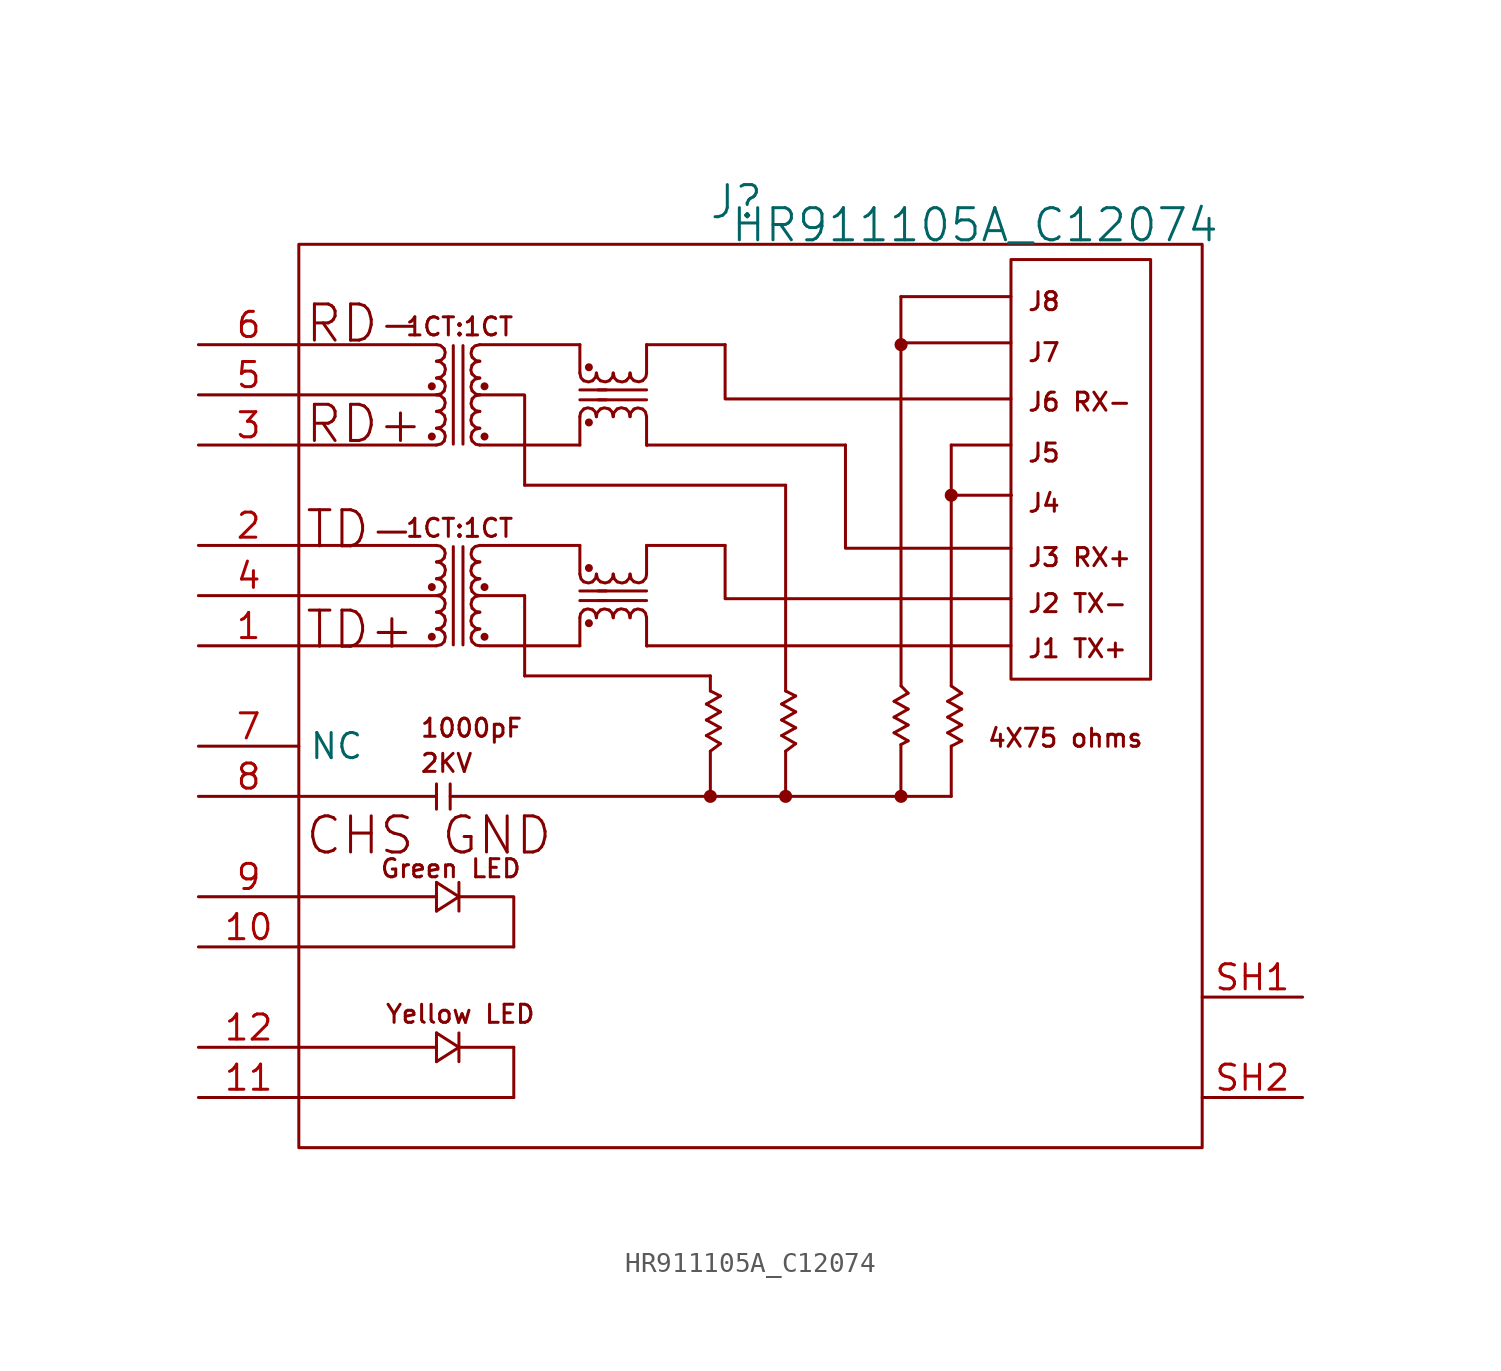
<source format=kicad_sym>
(kicad_symbol_lib
  (version 20241209)
  (generator "kicad_symbol_editor")
  (generator_version "9.0")
  (symbol "HR911105A_C12074"
    (property "Reference" "J"
      (at -0.71 25 0)
      (effects (font (size 1.626 1.626))))
    (property "Value" "HR911105A_C12074"
      (at -1.052 22.881 0)
      (effects (font (size 1.626 1.626)) (justify left bottom)))
    (symbol "HR911105A_C12074_1_0"
      (rectangle (start -22.86 22.86) (end 22.86 -22.86) (stroke (width 0) (type solid) (color 136 0 0 1)) (fill (type none)))
      (circle (center -16.129 15.672) (radius 0.127) (stroke (width 0) (type solid) (color 136 0 0 1)) (fill (type outline)))
      (circle (center -16.129 13.132) (radius 0.127) (stroke (width 0) (type solid) (color 136 0 0 1)) (fill (type outline)))
      (circle (center -16.129 5.512) (radius 0.127) (stroke (width 0) (type solid) (color 136 0 0 1)) (fill (type outline)))
      (circle (center -16.129 2.997) (radius 0.127) (stroke (width 0) (type solid) (color 136 0 0 1)) (fill (type outline)))
      (bezier (pts (xy -15.894 4.244) (xy -15.738 4.233) (xy -15.588 4.31) (xy -15.507 4.444)) (stroke (width 0) (type solid) (color 136 0 0 1)) (fill (type none)))
      (bezier (pts (xy -15.894 16.944) (xy -15.737 16.933) (xy -15.588 17.011) (xy -15.507 17.144)) (stroke (width 0) (type solid) (color 136 0 0 1)) (fill (type none)))
      (bezier (pts (xy -15.894 14.404) (xy -15.737 14.393) (xy -15.588 14.47) (xy -15.507 14.604)) (stroke (width 0) (type solid) (color 136 0 0 1)) (fill (type none)))
      (bezier (pts (xy -15.894 6.784) (xy -15.737 6.773) (xy -15.588 6.851) (xy -15.507 6.984)) (stroke (width 0) (type solid) (color 136 0 0 1)) (fill (type none)))
      (bezier (pts (xy -15.893 15.24) (xy -15.736 15.231) (xy -15.586 15.31) (xy -15.504 15.446)) (stroke (width 0) (type solid) (color 136 0 0 1)) (fill (type none)))
      (bezier (pts (xy -15.893 12.7) (xy -15.735 12.691) (xy -15.586 12.77) (xy -15.504 12.906)) (stroke (width 0) (type solid) (color 136 0 0 1)) (fill (type none)))
      (bezier (pts (xy -15.893 5.08) (xy -15.735 5.071) (xy -15.586 5.15) (xy -15.504 5.286)) (stroke (width 0) (type solid) (color 136 0 0 1)) (fill (type none)))
      (bezier (pts (xy -15.893 2.54) (xy -15.735 2.531) (xy -15.586 2.61) (xy -15.504 2.746)) (stroke (width 0) (type solid) (color 136 0 0 1)) (fill (type none)))
      (polyline (pts (xy -15.893 17.78) (xy -22.86 17.78)) (stroke (width 0) (type solid) (color 136 0 0 1)) (fill (type none)))
      (polyline (pts (xy -15.893 15.24) (xy -22.86 15.24)) (stroke (width 0) (type solid) (color 136 0 0 1)) (fill (type none)))
      (polyline (pts (xy -15.893 12.7) (xy -22.86 12.7)) (stroke (width 0) (type solid) (color 136 0 0 1)) (fill (type none)))
      (polyline (pts (xy -15.893 7.62) (xy -22.86 7.62)) (stroke (width 0) (type solid) (color 136 0 0 1)) (fill (type none)))
      (polyline (pts (xy -15.893 5.08) (xy -22.86 5.08)) (stroke (width 0) (type solid) (color 136 0 0 1)) (fill (type none)))
      (polyline (pts (xy -15.893 2.54) (xy -22.86 2.54)) (stroke (width 0) (type solid) (color 136 0 0 1)) (fill (type none)))
      (polyline (pts (xy -15.893 -4.45) (xy -15.893 -5.728)) (stroke (width 0) (type solid) (color 136 0 0 1)) (fill (type none)))
      (polyline (pts (xy -15.893 -5.08) (xy -22.86 -5.08)) (stroke (width 0) (type solid) (color 136 0 0 1)) (fill (type none)))
      (polyline (pts (xy -15.893 -9.434) (xy -15.893 -10.886)) (stroke (width 0) (type solid) (color 136 0 0 1)) (fill (type none)))
      (polyline (pts (xy -15.893 -10.16) (xy -22.86 -10.16)) (stroke (width 0) (type solid) (color 136 0 0 1)) (fill (type none)))
      (polyline (pts (xy -15.893 -17.054) (xy -15.893 -18.506)) (stroke (width 0) (type solid) (color 136 0 0 1)) (fill (type none)))
      (polyline (pts (xy -15.893 -17.78) (xy -22.86 -17.78)) (stroke (width 0) (type solid) (color 136 0 0 1)) (fill (type none)))
      (bezier (pts (xy -15.893 16.092) (xy -15.734 16.081) (xy -15.582 16.16) (xy -15.5 16.296)) (stroke (width 0) (type solid) (color 136 0 0 1)) (fill (type none)))
      (bezier (pts (xy -15.893 13.552) (xy -15.734 13.541) (xy -15.582 13.62) (xy -15.5 13.756)) (stroke (width 0) (type solid) (color 136 0 0 1)) (fill (type none)))
      (bezier (pts (xy -15.893 5.932) (xy -15.734 5.921) (xy -15.582 6) (xy -15.5 6.136)) (stroke (width 0) (type solid) (color 136 0 0 1)) (fill (type none)))
      (bezier (pts (xy -15.893 3.392) (xy -15.734 3.381) (xy -15.582 3.46) (xy -15.5 3.596)) (stroke (width 0) (type solid) (color 136 0 0 1)) (fill (type none)))
      (bezier (pts (xy -15.507 17.58) (xy -15.588 17.713) (xy -15.737 17.791) (xy -15.894 17.78)) (stroke (width 0) (type solid) (color 136 0 0 1)) (fill (type none)))
      (bezier (pts (xy -15.507 17.144) (xy -15.426 17.278) (xy -15.426 17.446) (xy -15.507 17.58)) (stroke (width 0) (type solid) (color 136 0 0 1)) (fill (type none)))
      (bezier (pts (xy -15.507 15.04) (xy -15.588 15.173) (xy -15.737 15.251) (xy -15.894 15.24)) (stroke (width 0) (type solid) (color 136 0 0 1)) (fill (type none)))
      (bezier (pts (xy -15.507 14.604) (xy -15.426 14.738) (xy -15.426 14.906) (xy -15.507 15.04)) (stroke (width 0) (type solid) (color 136 0 0 1)) (fill (type none)))
      (bezier (pts (xy -15.507 7.42) (xy -15.588 7.553) (xy -15.737 7.631) (xy -15.894 7.62)) (stroke (width 0) (type solid) (color 136 0 0 1)) (fill (type none)))
      (bezier (pts (xy -15.507 6.984) (xy -15.426 7.118) (xy -15.426 7.286) (xy -15.507 7.42)) (stroke (width 0) (type solid) (color 136 0 0 1)) (fill (type none)))
      (bezier (pts (xy -15.507 4.88) (xy -15.588 5.013) (xy -15.738 5.091) (xy -15.894 5.08)) (stroke (width 0) (type solid) (color 136 0 0 1)) (fill (type none)))
      (bezier (pts (xy -15.507 4.444) (xy -15.426 4.578) (xy -15.426 4.746) (xy -15.507 4.88)) (stroke (width 0) (type solid) (color 136 0 0 1)) (fill (type none)))
      (bezier (pts (xy -15.504 15.886) (xy -15.586 16.022) (xy -15.736 16.101) (xy -15.893 16.092)) (stroke (width 0) (type solid) (color 136 0 0 1)) (fill (type none)))
      (bezier (pts (xy -15.504 15.446) (xy -15.423 15.581) (xy -15.423 15.751) (xy -15.504 15.886)) (stroke (width 0) (type solid) (color 136 0 0 1)) (fill (type none)))
      (bezier (pts (xy -15.504 13.346) (xy -15.586 13.482) (xy -15.735 13.561) (xy -15.893 13.552)) (stroke (width 0) (type solid) (color 136 0 0 1)) (fill (type none)))
      (bezier (pts (xy -15.504 12.906) (xy -15.423 13.041) (xy -15.423 13.211) (xy -15.504 13.346)) (stroke (width 0) (type solid) (color 136 0 0 1)) (fill (type none)))
      (bezier (pts (xy -15.504 5.726) (xy -15.586 5.862) (xy -15.735 5.941) (xy -15.893 5.932)) (stroke (width 0) (type solid) (color 136 0 0 1)) (fill (type none)))
      (bezier (pts (xy -15.504 5.286) (xy -15.423 5.421) (xy -15.423 5.591) (xy -15.504 5.726)) (stroke (width 0) (type solid) (color 136 0 0 1)) (fill (type none)))
      (bezier (pts (xy -15.504 3.186) (xy -15.586 3.322) (xy -15.735 3.401) (xy -15.893 3.392)) (stroke (width 0) (type solid) (color 136 0 0 1)) (fill (type none)))
      (bezier (pts (xy -15.504 2.746) (xy -15.423 2.881) (xy -15.423 3.051) (xy -15.504 3.186)) (stroke (width 0) (type solid) (color 136 0 0 1)) (fill (type none)))
      (bezier (pts (xy -15.5 16.739) (xy -15.582 16.876) (xy -15.734 16.954) (xy -15.893 16.944)) (stroke (width 0) (type solid) (color 136 0 0 1)) (fill (type none)))
      (bezier (pts (xy -15.5 16.296) (xy -15.417 16.433) (xy -15.417 16.603) (xy -15.5 16.739)) (stroke (width 0) (type solid) (color 136 0 0 1)) (fill (type none)))
      (bezier (pts (xy -15.5 14.2) (xy -15.582 14.336) (xy -15.734 14.415) (xy -15.893 14.404)) (stroke (width 0) (type solid) (color 136 0 0 1)) (fill (type none)))
      (bezier (pts (xy -15.5 13.756) (xy -15.417 13.893) (xy -15.417 14.063) (xy -15.5 14.2)) (stroke (width 0) (type solid) (color 136 0 0 1)) (fill (type none)))
      (bezier (pts (xy -15.5 6.58) (xy -15.582 6.716) (xy -15.734 6.795) (xy -15.893 6.784)) (stroke (width 0) (type solid) (color 136 0 0 1)) (fill (type none)))
      (bezier (pts (xy -15.5 6.136) (xy -15.417 6.273) (xy -15.417 6.443) (xy -15.5 6.58)) (stroke (width 0) (type solid) (color 136 0 0 1)) (fill (type none)))
      (bezier (pts (xy -15.5 4.04) (xy -15.582 4.176) (xy -15.734 4.255) (xy -15.893 4.244)) (stroke (width 0) (type solid) (color 136 0 0 1)) (fill (type none)))
      (bezier (pts (xy -15.5 3.596) (xy -15.417 3.733) (xy -15.417 3.903) (xy -15.5 4.04)) (stroke (width 0) (type solid) (color 136 0 0 1)) (fill (type none)))
      (polyline (pts (xy -15.199 -4.45) (xy -15.199 -5.728)) (stroke (width 0) (type solid) (color 136 0 0 1)) (fill (type none)))
      (polyline (pts (xy -15.042 17.732) (xy -15.042 12.748)) (stroke (width 0) (type solid) (color 136 0 0 1)) (fill (type none)))
      (polyline (pts (xy -15.042 7.557) (xy -15.042 2.586)) (stroke (width 0) (type solid) (color 136 0 0 1)) (fill (type none)))
      (polyline (pts (xy -14.757 -9.434) (xy -14.757 -10.886)) (stroke (width 0) (type solid) (color 136 0 0 1)) (fill (type none)))
      (polyline (pts (xy -14.757 -10.16) (xy -15.893 -9.434)) (stroke (width 0) (type solid) (color 136 0 0 1)) (fill (type none)))
      (polyline (pts (xy -14.757 -10.16) (xy -15.893 -10.886)) (stroke (width 0) (type solid) (color 136 0 0 1)) (fill (type none)))
      (polyline (pts (xy -14.757 -10.16) (xy -11.981 -10.16) (xy -11.981 -10.16) (xy -11.981 -12.7)) (stroke (width 0) (type solid) (color 136 0 0 1)) (fill (type none)))
      (polyline (pts (xy -14.757 -17.054) (xy -14.757 -18.506)) (stroke (width 0) (type solid) (color 136 0 0 1)) (fill (type none)))
      (polyline (pts (xy -14.757 -17.78) (xy -15.893 -17.054)) (stroke (width 0) (type solid) (color 136 0 0 1)) (fill (type none)))
      (polyline (pts (xy -14.757 -17.78) (xy -15.893 -18.506)) (stroke (width 0) (type solid) (color 136 0 0 1)) (fill (type none)))
      (polyline (pts (xy -14.757 -17.78) (xy -11.981 -17.78)) (stroke (width 0) (type solid) (color 136 0 0 1)) (fill (type none)))
      (polyline (pts (xy -14.552 17.732) (xy -14.552 12.748)) (stroke (width 0) (type solid) (color 136 0 0 1)) (fill (type none)))
      (polyline (pts (xy -14.552 7.557) (xy -14.552 2.586)) (stroke (width 0) (type solid) (color 136 0 0 1)) (fill (type none)))
      (bezier (pts (xy -14.094 16.739) (xy -14.177 16.603) (xy -14.177 16.433) (xy -14.094 16.296)) (stroke (width 0) (type solid) (color 136 0 0 1)) (fill (type none)))
      (bezier (pts (xy -14.094 16.296) (xy -14.011 16.16) (xy -13.86 16.081) (xy -13.701 16.092)) (stroke (width 0) (type solid) (color 136 0 0 1)) (fill (type none)))
      (bezier (pts (xy -14.094 14.2) (xy -14.177 14.063) (xy -14.177 13.893) (xy -14.094 13.756)) (stroke (width 0) (type solid) (color 136 0 0 1)) (fill (type none)))
      (bezier (pts (xy -14.094 13.756) (xy -14.011 13.62) (xy -13.86 13.541) (xy -13.701 13.552)) (stroke (width 0) (type solid) (color 136 0 0 1)) (fill (type none)))
      (bezier (pts (xy -14.094 6.58) (xy -14.177 6.443) (xy -14.177 6.273) (xy -14.094 6.136)) (stroke (width 0) (type solid) (color 136 0 0 1)) (fill (type none)))
      (bezier (pts (xy -14.094 6.136) (xy -14.011 6) (xy -13.86 5.921) (xy -13.701 5.932)) (stroke (width 0) (type solid) (color 136 0 0 1)) (fill (type none)))
      (bezier (pts (xy -14.094 4.04) (xy -14.177 3.903) (xy -14.177 3.733) (xy -14.094 3.596)) (stroke (width 0) (type solid) (color 136 0 0 1)) (fill (type none)))
      (bezier (pts (xy -14.094 3.596) (xy -14.011 3.46) (xy -13.86 3.381) (xy -13.701 3.392)) (stroke (width 0) (type solid) (color 136 0 0 1)) (fill (type none)))
      (bezier (pts (xy -14.09 15.886) (xy -14.171 15.751) (xy -14.171 15.581) (xy -14.09 15.446)) (stroke (width 0) (type solid) (color 136 0 0 1)) (fill (type none)))
      (bezier (pts (xy -14.09 15.446) (xy -14.008 15.31) (xy -13.858 15.231) (xy -13.7 15.24)) (stroke (width 0) (type solid) (color 136 0 0 1)) (fill (type none)))
      (bezier (pts (xy -14.09 13.346) (xy -14.171 13.211) (xy -14.171 13.041) (xy -14.09 12.906)) (stroke (width 0) (type solid) (color 136 0 0 1)) (fill (type none)))
      (bezier (pts (xy -14.09 12.906) (xy -14.008 12.77) (xy -13.858 12.691) (xy -13.701 12.7)) (stroke (width 0) (type solid) (color 136 0 0 1)) (fill (type none)))
      (bezier (pts (xy -14.09 5.726) (xy -14.171 5.591) (xy -14.171 5.421) (xy -14.09 5.286)) (stroke (width 0) (type solid) (color 136 0 0 1)) (fill (type none)))
      (bezier (pts (xy -14.09 5.286) (xy -14.008 5.15) (xy -13.858 5.071) (xy -13.701 5.08)) (stroke (width 0) (type solid) (color 136 0 0 1)) (fill (type none)))
      (bezier (pts (xy -14.09 3.186) (xy -14.171 3.051) (xy -14.171 2.881) (xy -14.09 2.746)) (stroke (width 0) (type solid) (color 136 0 0 1)) (fill (type none)))
      (bezier (pts (xy -14.09 2.746) (xy -14.008 2.61) (xy -13.858 2.531) (xy -13.701 2.54)) (stroke (width 0) (type solid) (color 136 0 0 1)) (fill (type none)))
      (bezier (pts (xy -14.087 17.58) (xy -14.168 17.446) (xy -14.168 17.278) (xy -14.087 17.144)) (stroke (width 0) (type solid) (color 136 0 0 1)) (fill (type none)))
      (bezier (pts (xy -14.087 17.144) (xy -14.006 17.011) (xy -13.857 16.933) (xy -13.7 16.944)) (stroke (width 0) (type solid) (color 136 0 0 1)) (fill (type none)))
      (bezier (pts (xy -14.087 15.04) (xy -14.168 14.906) (xy -14.168 14.738) (xy -14.087 14.604)) (stroke (width 0) (type solid) (color 136 0 0 1)) (fill (type none)))
      (bezier (pts (xy -14.087 14.604) (xy -14.006 14.47) (xy -13.857 14.393) (xy -13.7 14.404)) (stroke (width 0) (type solid) (color 136 0 0 1)) (fill (type none)))
      (bezier (pts (xy -14.087 7.42) (xy -14.168 7.286) (xy -14.168 7.118) (xy -14.087 6.984)) (stroke (width 0) (type solid) (color 136 0 0 1)) (fill (type none)))
      (bezier (pts (xy -14.087 6.984) (xy -14.006 6.851) (xy -13.857 6.773) (xy -13.7 6.784)) (stroke (width 0) (type solid) (color 136 0 0 1)) (fill (type none)))
      (bezier (pts (xy -14.087 4.88) (xy -14.168 4.746) (xy -14.168 4.578) (xy -14.087 4.444)) (stroke (width 0) (type solid) (color 136 0 0 1)) (fill (type none)))
      (bezier (pts (xy -14.087 4.444) (xy -14.005 4.31) (xy -13.856 4.233) (xy -13.7 4.244)) (stroke (width 0) (type solid) (color 136 0 0 1)) (fill (type none)))
      (polyline (pts (xy -13.701 17.78) (xy -8.636 17.78)) (stroke (width 0) (type solid) (color 136 0 0 1)) (fill (type none)))
      (bezier (pts (xy -13.701 16.944) (xy -13.86 16.954) (xy -14.011 16.876) (xy -14.094 16.739)) (stroke (width 0) (type solid) (color 136 0 0 1)) (fill (type none)))
      (polyline (pts (xy -13.701 15.24) (xy -11.445 15.24)) (stroke (width 0) (type solid) (color 136 0 0 1)) (fill (type none)))
      (bezier (pts (xy -13.701 14.404) (xy -13.86 14.415) (xy -14.011 14.336) (xy -14.094 14.2)) (stroke (width 0) (type solid) (color 136 0 0 1)) (fill (type none)))
      (polyline (pts (xy -13.701 12.7) (xy -8.636 12.7)) (stroke (width 0) (type solid) (color 136 0 0 1)) (fill (type none)))
      (polyline (pts (xy -13.701 7.62) (xy -8.636 7.62)) (stroke (width 0) (type solid) (color 136 0 0 1)) (fill (type none)))
      (bezier (pts (xy -13.701 6.784) (xy -13.86 6.795) (xy -14.011 6.716) (xy -14.094 6.58)) (stroke (width 0) (type solid) (color 136 0 0 1)) (fill (type none)))
      (polyline (pts (xy -13.701 5.08) (xy -11.445 5.08)) (stroke (width 0) (type solid) (color 136 0 0 1)) (fill (type none)))
      (bezier (pts (xy -13.701 4.244) (xy -13.86 4.255) (xy -14.011 4.176) (xy -14.094 4.04)) (stroke (width 0) (type solid) (color 136 0 0 1)) (fill (type none)))
      (polyline (pts (xy -13.701 2.54) (xy -8.636 2.54)) (stroke (width 0) (type solid) (color 136 0 0 1)) (fill (type none)))
      (bezier (pts (xy -13.701 13.552) (xy -13.858 13.561) (xy -14.008 13.482) (xy -14.09 13.346)) (stroke (width 0) (type solid) (color 136 0 0 1)) (fill (type none)))
      (bezier (pts (xy -13.701 5.932) (xy -13.858 5.941) (xy -14.008 5.862) (xy -14.09 5.726)) (stroke (width 0) (type solid) (color 136 0 0 1)) (fill (type none)))
      (bezier (pts (xy -13.701 3.392) (xy -13.858 3.401) (xy -14.008 3.322) (xy -14.09 3.186)) (stroke (width 0) (type solid) (color 136 0 0 1)) (fill (type none)))
      (bezier (pts (xy -13.7 16.092) (xy -13.858 16.101) (xy -14.008 16.022) (xy -14.09 15.886)) (stroke (width 0) (type solid) (color 136 0 0 1)) (fill (type none)))
      (bezier (pts (xy -13.7 17.78) (xy -13.857 17.791) (xy -14.006 17.713) (xy -14.087 17.58)) (stroke (width 0) (type solid) (color 136 0 0 1)) (fill (type none)))
      (bezier (pts (xy -13.7 15.24) (xy -13.857 15.251) (xy -14.006 15.173) (xy -14.087 15.04)) (stroke (width 0) (type solid) (color 136 0 0 1)) (fill (type none)))
      (bezier (pts (xy -13.7 7.62) (xy -13.857 7.631) (xy -14.006 7.553) (xy -14.087 7.42)) (stroke (width 0) (type solid) (color 136 0 0 1)) (fill (type none)))
      (bezier (pts (xy -13.7 5.08) (xy -13.856 5.091) (xy -14.005 5.013) (xy -14.087 4.88)) (stroke (width 0) (type solid) (color 136 0 0 1)) (fill (type none)))
      (circle (center -13.462 15.672) (radius 0.127) (stroke (width 0) (type solid) (color 136 0 0 1)) (fill (type outline)))
      (circle (center -13.462 13.132) (radius 0.127) (stroke (width 0) (type solid) (color 136 0 0 1)) (fill (type outline)))
      (circle (center -13.462 5.512) (radius 0.127) (stroke (width 0) (type solid) (color 136 0 0 1)) (fill (type outline)))
      (circle (center -13.462 2.997) (radius 0.127) (stroke (width 0) (type solid) (color 136 0 0 1)) (fill (type outline)))
      (polyline (pts (xy -11.981 -12.7) (xy -22.86 -12.7)) (stroke (width 0) (type solid) (color 136 0 0 1)) (fill (type none)))
      (polyline (pts (xy -11.981 -17.78) (xy -11.981 -20.32)) (stroke (width 0) (type solid) (color 136 0 0 1)) (fill (type none)))
      (polyline (pts (xy -11.981 -20.32) (xy -22.86 -20.32)) (stroke (width 0) (type solid) (color 136 0 0 1)) (fill (type none)))
      (polyline (pts (xy -11.43 10.668) (xy -11.43 15.21)) (stroke (width 0) (type solid) (color 136 0 0 1)) (fill (type none)))
      (polyline (pts (xy -11.43 5.08) (xy -11.43 1.016)) (stroke (width 0) (type solid) (color 136 0 0 1)) (fill (type none)))
      (polyline (pts (xy -8.636 17.78) (xy -8.636 16.345)) (stroke (width 0) (type solid) (color 136 0 0 1)) (fill (type none)))
      (polyline (pts (xy -8.636 15.491) (xy -7.295 15.491)) (stroke (width 0) (type solid) (color 136 0 0 1)) (fill (type none)))
      (polyline (pts (xy -8.636 14.989) (xy -7.295 14.989)) (stroke (width 0) (type solid) (color 136 0 0 1)) (fill (type none)))
      (polyline (pts (xy -8.636 14.135) (xy -8.636 12.7)) (stroke (width 0) (type solid) (color 136 0 0 1)) (fill (type none)))
      (polyline (pts (xy -8.636 6.17) (xy -8.636 7.62)) (stroke (width 0) (type solid) (color 136 0 0 1)) (fill (type none)))
      (polyline (pts (xy -8.636 5.316) (xy -7.295 5.316)) (stroke (width 0) (type solid) (color 136 0 0 1)) (fill (type none)))
      (polyline (pts (xy -8.636 4.829) (xy -7.295 4.829)) (stroke (width 0) (type solid) (color 136 0 0 1)) (fill (type none)))
      (polyline (pts (xy -8.636 2.54) (xy -8.636 3.96)) (stroke (width 0) (type solid) (color 136 0 0 1)) (fill (type none)))
      (bezier (pts (xy -8.636 16.344) (xy -8.648 16.187) (xy -8.571 16.037) (xy -8.437 15.955)) (stroke (width 0) (type solid) (color 136 0 0 1)) (fill (type none)))
      (bezier (pts (xy -8.636 6.168) (xy -8.648 6.011) (xy -8.571 5.861) (xy -8.437 5.779)) (stroke (width 0) (type solid) (color 136 0 0 1)) (fill (type none)))
      (bezier (pts (xy -8.437 15.955) (xy -8.302 15.872) (xy -8.133 15.872) (xy -7.999 15.955)) (stroke (width 0) (type solid) (color 136 0 0 1)) (fill (type none)))
      (bezier (pts (xy -8.437 14.525) (xy -8.571 14.443) (xy -8.648 14.293) (xy -8.636 14.136)) (stroke (width 0) (type solid) (color 136 0 0 1)) (fill (type none)))
      (bezier (pts (xy -8.437 5.779) (xy -8.302 5.696) (xy -8.133 5.696) (xy -7.999 5.779)) (stroke (width 0) (type solid) (color 136 0 0 1)) (fill (type none)))
      (bezier (pts (xy -8.437 4.349) (xy -8.571 4.267) (xy -8.648 4.117) (xy -8.636 3.96)) (stroke (width 0) (type solid) (color 136 0 0 1)) (fill (type none)))
      (circle (center -8.179 16.637) (radius 0.127) (stroke (width 0) (type solid) (color 136 0 0 1)) (fill (type outline)))
      (circle (center -8.179 13.843) (radius 0.127) (stroke (width 0) (type solid) (color 136 0 0 1)) (fill (type outline)))
      (circle (center -8.179 6.477) (radius 0.127) (stroke (width 0) (type solid) (color 136 0 0 1)) (fill (type outline)))
      (circle (center -8.179 3.683) (radius 0.127) (stroke (width 0) (type solid) (color 136 0 0 1)) (fill (type outline)))
      (bezier (pts (xy -7.999 15.955) (xy -7.865 16.037) (xy -7.788 16.187) (xy -7.8 16.344)) (stroke (width 0) (type solid) (color 136 0 0 1)) (fill (type none)))
      (bezier (pts (xy -7.999 14.525) (xy -8.133 14.607) (xy -8.302 14.607) (xy -8.437 14.525)) (stroke (width 0) (type solid) (color 136 0 0 1)) (fill (type none)))
      (bezier (pts (xy -7.999 5.779) (xy -7.865 5.861) (xy -7.788 6.011) (xy -7.8 6.168)) (stroke (width 0) (type solid) (color 136 0 0 1)) (fill (type none)))
      (bezier (pts (xy -7.999 4.349) (xy -8.133 4.431) (xy -8.302 4.431) (xy -8.437 4.349)) (stroke (width 0) (type solid) (color 136 0 0 1)) (fill (type none)))
      (bezier (pts (xy -7.8 16.345) (xy -7.809 16.186) (xy -7.73 16.037) (xy -7.594 15.955)) (stroke (width 0) (type solid) (color 136 0 0 1)) (fill (type none)))
      (bezier (pts (xy -7.8 6.168) (xy -7.809 6.011) (xy -7.73 5.861) (xy -7.594 5.779)) (stroke (width 0) (type solid) (color 136 0 0 1)) (fill (type none)))
      (bezier (pts (xy -7.8 14.136) (xy -7.788 14.293) (xy -7.865 14.443) (xy -7.999 14.525)) (stroke (width 0) (type solid) (color 136 0 0 1)) (fill (type none)))
      (bezier (pts (xy -7.8 3.96) (xy -7.788 4.117) (xy -7.865 4.267) (xy -7.999 4.349)) (stroke (width 0) (type solid) (color 136 0 0 1)) (fill (type none)))
      (bezier (pts (xy -7.594 15.955) (xy -7.459 15.874) (xy -7.289 15.874) (xy -7.154 15.955)) (stroke (width 0) (type solid) (color 136 0 0 1)) (fill (type none)))
      (bezier (pts (xy -7.594 14.525) (xy -7.73 14.443) (xy -7.809 14.293) (xy -7.8 14.135)) (stroke (width 0) (type solid) (color 136 0 0 1)) (fill (type none)))
      (bezier (pts (xy -7.594 5.779) (xy -7.459 5.698) (xy -7.289 5.698) (xy -7.154 5.779)) (stroke (width 0) (type solid) (color 136 0 0 1)) (fill (type none)))
      (bezier (pts (xy -7.594 4.349) (xy -7.73 4.267) (xy -7.809 4.117) (xy -7.8 3.959)) (stroke (width 0) (type solid) (color 136 0 0 1)) (fill (type none)))
      (bezier (pts (xy -7.154 15.955) (xy -7.018 16.037) (xy -6.939 16.186) (xy -6.948 16.345)) (stroke (width 0) (type solid) (color 136 0 0 1)) (fill (type none)))
      (bezier (pts (xy -7.154 14.525) (xy -7.289 14.606) (xy -7.459 14.606) (xy -7.594 14.525)) (stroke (width 0) (type solid) (color 136 0 0 1)) (fill (type none)))
      (bezier (pts (xy -7.154 5.779) (xy -7.018 5.861) (xy -6.939 6.011) (xy -6.948 6.168)) (stroke (width 0) (type solid) (color 136 0 0 1)) (fill (type none)))
      (bezier (pts (xy -7.154 4.349) (xy -7.289 4.43) (xy -7.459 4.43) (xy -7.594 4.349)) (stroke (width 0) (type solid) (color 136 0 0 1)) (fill (type none)))
      (bezier (pts (xy -6.948 16.344) (xy -6.958 16.185) (xy -6.88 16.034) (xy -6.744 15.951)) (stroke (width 0) (type solid) (color 136 0 0 1)) (fill (type none)))
      (bezier (pts (xy -6.948 6.169) (xy -6.958 6.01) (xy -6.88 5.859) (xy -6.744 5.776)) (stroke (width 0) (type solid) (color 136 0 0 1)) (fill (type none)))
      (bezier (pts (xy -6.948 14.135) (xy -6.939 14.293) (xy -7.018 14.443) (xy -7.154 14.525)) (stroke (width 0) (type solid) (color 136 0 0 1)) (fill (type none)))
      (bezier (pts (xy -6.948 3.959) (xy -6.939 4.117) (xy -7.018 4.267) (xy -7.154 4.349)) (stroke (width 0) (type solid) (color 136 0 0 1)) (fill (type none)))
      (bezier (pts (xy -6.744 15.951) (xy -6.607 15.868) (xy -6.437 15.868) (xy -6.3 15.951)) (stroke (width 0) (type solid) (color 136 0 0 1)) (fill (type none)))
      (bezier (pts (xy -6.744 14.529) (xy -6.88 14.446) (xy -6.958 14.295) (xy -6.948 14.136)) (stroke (width 0) (type solid) (color 136 0 0 1)) (fill (type none)))
      (bezier (pts (xy -6.744 5.776) (xy -6.607 5.693) (xy -6.437 5.693) (xy -6.3 5.776)) (stroke (width 0) (type solid) (color 136 0 0 1)) (fill (type none)))
      (bezier (pts (xy -6.744 4.353) (xy -6.88 4.27) (xy -6.958 4.119) (xy -6.948 3.96)) (stroke (width 0) (type solid) (color 136 0 0 1)) (fill (type none)))
      (bezier (pts (xy -6.3 15.951) (xy -6.164 16.034) (xy -6.085 16.185) (xy -6.096 16.344)) (stroke (width 0) (type solid) (color 136 0 0 1)) (fill (type none)))
      (bezier (pts (xy -6.3 14.529) (xy -6.437 14.612) (xy -6.607 14.612) (xy -6.744 14.529)) (stroke (width 0) (type solid) (color 136 0 0 1)) (fill (type none)))
      (bezier (pts (xy -6.3 5.776) (xy -6.164 5.859) (xy -6.085 6.01) (xy -6.096 6.169)) (stroke (width 0) (type solid) (color 136 0 0 1)) (fill (type none)))
      (bezier (pts (xy -6.3 4.353) (xy -6.437 4.436) (xy -6.607 4.436) (xy -6.744 4.353)) (stroke (width 0) (type solid) (color 136 0 0 1)) (fill (type none)))
      (bezier (pts (xy -6.096 16.345) (xy -6.107 16.188) (xy -6.029 16.039) (xy -5.896 15.958)) (stroke (width 0) (type solid) (color 136 0 0 1)) (fill (type none)))
      (bezier (pts (xy -6.096 6.169) (xy -6.107 6.012) (xy -6.029 5.863) (xy -5.896 5.782)) (stroke (width 0) (type solid) (color 136 0 0 1)) (fill (type none)))
      (bezier (pts (xy -6.096 14.136) (xy -6.085 14.295) (xy -6.164 14.446) (xy -6.3 14.529)) (stroke (width 0) (type solid) (color 136 0 0 1)) (fill (type none)))
      (bezier (pts (xy -6.096 3.96) (xy -6.085 4.119) (xy -6.164 4.27) (xy -6.3 4.353)) (stroke (width 0) (type solid) (color 136 0 0 1)) (fill (type none)))
      (bezier (pts (xy -5.896 15.958) (xy -5.762 15.877) (xy -5.594 15.877) (xy -5.46 15.958)) (stroke (width 0) (type solid) (color 136 0 0 1)) (fill (type none)))
      (bezier (pts (xy -5.896 14.522) (xy -6.029 14.441) (xy -6.107 14.291) (xy -6.096 14.135)) (stroke (width 0) (type solid) (color 136 0 0 1)) (fill (type none)))
      (bezier (pts (xy -5.896 5.782) (xy -5.762 5.701) (xy -5.594 5.701) (xy -5.46 5.782)) (stroke (width 0) (type solid) (color 136 0 0 1)) (fill (type none)))
      (bezier (pts (xy -5.896 4.346) (xy -6.029 4.265) (xy -6.107 4.115) (xy -6.096 3.959)) (stroke (width 0) (type solid) (color 136 0 0 1)) (fill (type none)))
      (bezier (pts (xy -5.46 15.958) (xy -5.327 16.039) (xy -5.249 16.188) (xy -5.26 16.345)) (stroke (width 0) (type solid) (color 136 0 0 1)) (fill (type none)))
      (bezier (pts (xy -5.46 14.522) (xy -5.594 14.603) (xy -5.762 14.603) (xy -5.896 14.522)) (stroke (width 0) (type solid) (color 136 0 0 1)) (fill (type none)))
      (bezier (pts (xy -5.46 5.782) (xy -5.327 5.863) (xy -5.249 6.012) (xy -5.26 6.169)) (stroke (width 0) (type solid) (color 136 0 0 1)) (fill (type none)))
      (bezier (pts (xy -5.46 4.346) (xy -5.594 4.427) (xy -5.762 4.427) (xy -5.896 4.346)) (stroke (width 0) (type solid) (color 136 0 0 1)) (fill (type none)))
      (polyline (pts (xy -5.26 17.78) (xy -1.285 17.78)) (stroke (width 0) (type solid) (color 136 0 0 1)) (fill (type none)))
      (polyline (pts (xy -5.26 16.345) (xy -5.26 17.78)) (stroke (width 0) (type solid) (color 136 0 0 1)) (fill (type none)))
      (polyline (pts (xy -5.26 15.491) (xy -7.706 15.491)) (stroke (width 0) (type solid) (color 136 0 0 1)) (fill (type none)))
      (polyline (pts (xy -5.26 14.989) (xy -7.706 14.989)) (stroke (width 0) (type solid) (color 136 0 0 1)) (fill (type none)))
      (polyline (pts (xy -5.26 14.135) (xy -5.26 12.7) (xy -5.26 12.7) (xy -5.245 12.685)) (stroke (width 0) (type solid) (color 136 0 0 1)) (fill (type none)))
      (polyline (pts (xy -5.26 7.62) (xy -1.285 7.62)) (stroke (width 0) (type solid) (color 136 0 0 1)) (fill (type none)))
      (polyline (pts (xy -5.26 6.17) (xy -5.26 7.62)) (stroke (width 0) (type solid) (color 136 0 0 1)) (fill (type none)))
      (polyline (pts (xy -5.26 5.316) (xy -7.706 5.316)) (stroke (width 0) (type solid) (color 136 0 0 1)) (fill (type none)))
      (polyline (pts (xy -5.26 4.829) (xy -7.706 4.829)) (stroke (width 0) (type solid) (color 136 0 0 1)) (fill (type none)))
      (polyline (pts (xy -5.26 3.975) (xy -5.26 2.54) (xy -5.26 2.54) (xy -5.245 2.525)) (stroke (width 0) (type solid) (color 136 0 0 1)) (fill (type none)))
      (bezier (pts (xy -5.26 14.135) (xy -5.249 14.291) (xy -5.327 14.441) (xy -5.46 14.522)) (stroke (width 0) (type solid) (color 136 0 0 1)) (fill (type none)))
      (bezier (pts (xy -5.26 3.959) (xy -5.249 4.115) (xy -5.327 4.265) (xy -5.46 4.346)) (stroke (width 0) (type solid) (color 136 0 0 1)) (fill (type none)))
      (polyline (pts (xy -2.032 1.016) (xy -11.43 1.016)) (stroke (width 0) (type solid) (color 136 0 0 1)) (fill (type none)))
      (polyline (pts (xy -2.032 1.016) (xy -2.032 0.254)) (stroke (width 0) (type solid) (color 136 0 0 1)) (fill (type none)))
      (polyline (pts (xy -2.032 -2.794) (xy -2.032 -5.08)) (stroke (width 0) (type solid) (color 136 0 0 1)) (fill (type none)))
      (circle (center -2.032 -5.08) (radius 0.254) (stroke (width 0) (type solid) (color 136 0 0 1)) (fill (type outline)))
      (polyline (pts (xy -1.524 0) (xy -2.233 -0.409)) (stroke (width 0) (type solid) (color 136 0 0 1)) (fill (type none)))
      (polyline (pts (xy -1.524 0) (xy -2.032 0.254)) (stroke (width 0) (type solid) (color 136 0 0 1)) (fill (type none)))
      (polyline (pts (xy -1.524 -0.805) (xy -2.233 -0.409)) (stroke (width 0) (type solid) (color 136 0 0 1)) (fill (type none)))
      (polyline (pts (xy -1.524 -0.805) (xy -2.233 -1.214)) (stroke (width 0) (type solid) (color 136 0 0 1)) (fill (type none)))
      (polyline (pts (xy -1.524 -1.608) (xy -2.233 -1.214)) (stroke (width 0) (type solid) (color 136 0 0 1)) (fill (type none)))
      (polyline (pts (xy -1.524 -1.608) (xy -2.233 -2.004)) (stroke (width 0) (type solid) (color 136 0 0 1)) (fill (type none)))
      (polyline (pts (xy -1.524 -2.413) (xy -2.233 -2.004)) (stroke (width 0) (type solid) (color 136 0 0 1)) (fill (type none)))
      (polyline (pts (xy -1.524 -2.413) (xy -2.032 -2.794)) (stroke (width 0) (type solid) (color 136 0 0 1)) (fill (type none)))
      (polyline (pts (xy 1.778 10.668) (xy -11.43 10.668)) (stroke (width 0) (type solid) (color 136 0 0 1)) (fill (type none)))
      (polyline (pts (xy 1.778 0.254) (xy 1.778 10.668)) (stroke (width 0) (type solid) (color 136 0 0 1)) (fill (type none)))
      (polyline (pts (xy 1.778 -2.794) (xy 1.778 -5.08)) (stroke (width 0) (type solid) (color 136 0 0 1)) (fill (type none)))
      (circle (center 1.778 -5.08) (radius 0.254) (stroke (width 0) (type solid) (color 136 0 0 1)) (fill (type outline)))
      (polyline (pts (xy 2.286 0) (xy 1.577 -0.409)) (stroke (width 0) (type solid) (color 136 0 0 1)) (fill (type none)))
      (polyline (pts (xy 2.286 0) (xy 1.778 0.254)) (stroke (width 0) (type solid) (color 136 0 0 1)) (fill (type none)))
      (polyline (pts (xy 2.286 -0.805) (xy 1.577 -0.409)) (stroke (width 0) (type solid) (color 136 0 0 1)) (fill (type none)))
      (polyline (pts (xy 2.286 -0.805) (xy 1.577 -1.214)) (stroke (width 0) (type solid) (color 136 0 0 1)) (fill (type none)))
      (polyline (pts (xy 2.286 -1.608) (xy 1.577 -1.214)) (stroke (width 0) (type solid) (color 136 0 0 1)) (fill (type none)))
      (polyline (pts (xy 2.286 -1.608) (xy 1.577 -2.004)) (stroke (width 0) (type solid) (color 136 0 0 1)) (fill (type none)))
      (polyline (pts (xy 2.286 -2.413) (xy 1.577 -2.004)) (stroke (width 0) (type solid) (color 136 0 0 1)) (fill (type none)))
      (polyline (pts (xy 2.286 -2.413) (xy 1.778 -2.794)) (stroke (width 0) (type solid) (color 136 0 0 1)) (fill (type none)))
      (polyline (pts (xy 4.806 12.7) (xy -5.26 12.7)) (stroke (width 0) (type solid) (color 136 0 0 1)) (fill (type none)))
      (polyline (pts (xy 7.612 -2.461) (xy 7.612 -5.08)) (stroke (width 0) (type solid) (color 136 0 0 1)) (fill (type none)))
      (circle (center 7.62 17.78) (radius 0.254) (stroke (width 0) (type solid) (color 136 0 0 1)) (fill (type outline)))
      (polyline (pts (xy 7.62 0.508) (xy 7.612 20.211)) (stroke (width 0) (type solid) (color 136 0 0 1)) (fill (type none)))
      (circle (center 7.62 -5.08) (radius 0.254) (stroke (width 0) (type solid) (color 136 0 0 1)) (fill (type outline)))
      (polyline (pts (xy 7.976 0.142) (xy 7.267 -0.269)) (stroke (width 0) (type solid) (color 136 0 0 1)) (fill (type none)))
      (polyline (pts (xy 7.976 0.142) (xy 7.62 0.508)) (stroke (width 0) (type solid) (color 136 0 0 1)) (fill (type none)))
      (polyline (pts (xy 7.976 -0.663) (xy 7.267 -0.269)) (stroke (width 0) (type solid) (color 136 0 0 1)) (fill (type none)))
      (polyline (pts (xy 7.976 -0.663) (xy 7.267 -1.072)) (stroke (width 0) (type solid) (color 136 0 0 1)) (fill (type none)))
      (polyline (pts (xy 7.976 -1.468) (xy 7.267 -1.072)) (stroke (width 0) (type solid) (color 136 0 0 1)) (fill (type none)))
      (polyline (pts (xy 7.976 -1.468) (xy 7.267 -1.862)) (stroke (width 0) (type solid) (color 136 0 0 1)) (fill (type none)))
      (polyline (pts (xy 7.976 -2.271) (xy 7.267 -1.862)) (stroke (width 0) (type solid) (color 136 0 0 1)) (fill (type none)))
      (polyline (pts (xy 7.976 -2.271) (xy 7.612 -2.461)) (stroke (width 0) (type solid) (color 136 0 0 1)) (fill (type none)))
      (polyline (pts (xy 10.16 12.7) (xy 13.183 12.7)) (stroke (width 0) (type solid) (color 136 0 0 1)) (fill (type none)))
      (circle (center 10.16 10.16) (radius 0.254) (stroke (width 0) (type solid) (color 136 0 0 1)) (fill (type outline)))
      (polyline (pts (xy 10.16 0.508) (xy 10.16 12.7)) (stroke (width 0) (type solid) (color 136 0 0 1)) (fill (type none)))
      (polyline (pts (xy 10.16 -2.54) (xy 10.16 -5.08)) (stroke (width 0) (type solid) (color 136 0 0 1)) (fill (type none)))
      (polyline (pts (xy 10.16 -5.08) (xy -15.199 -5.08)) (stroke (width 0) (type solid) (color 136 0 0 1)) (fill (type none)))
      (polyline (pts (xy 10.688 0.142) (xy 9.98 -0.269)) (stroke (width 0) (type solid) (color 136 0 0 1)) (fill (type none)))
      (polyline (pts (xy 10.688 0.142) (xy 10.16 0.508)) (stroke (width 0) (type solid) (color 136 0 0 1)) (fill (type none)))
      (polyline (pts (xy 10.688 -0.663) (xy 9.98 -0.269)) (stroke (width 0) (type solid) (color 136 0 0 1)) (fill (type none)))
      (polyline (pts (xy 10.688 -0.663) (xy 9.98 -1.072)) (stroke (width 0) (type solid) (color 136 0 0 1)) (fill (type none)))
      (polyline (pts (xy 10.688 -1.468) (xy 9.98 -1.072)) (stroke (width 0) (type solid) (color 136 0 0 1)) (fill (type none)))
      (polyline (pts (xy 10.688 -1.468) (xy 9.98 -1.862)) (stroke (width 0) (type solid) (color 136 0 0 1)) (fill (type none)))
      (polyline (pts (xy 10.688 -2.271) (xy 9.98 -1.862)) (stroke (width 0) (type solid) (color 136 0 0 1)) (fill (type none)))
      (polyline (pts (xy 10.688 -2.271) (xy 10.16 -2.54)) (stroke (width 0) (type solid) (color 136 0 0 1)) (fill (type none)))
      (polyline (pts (xy 13.183 22.088) (xy 13.183 0.851) (xy 13.183 0.851) (xy 20.251 0.851) (xy 20.251 0.851) (xy 20.251 22.088) (xy 20.251 22.088) (xy 13.183 22.088)) (stroke (width 0) (type solid) (color 136 0 0 1)) (fill (type none)))
      (polyline (pts (xy 13.183 20.211) (xy 7.612 20.211)) (stroke (width 0) (type solid) (color 136 0 0 1)) (fill (type none)))
      (polyline (pts (xy 13.183 17.874) (xy 7.612 17.874)) (stroke (width 0) (type solid) (color 136 0 0 1)) (fill (type none)))
      (polyline (pts (xy 13.183 15.034) (xy -1.285 15.034) (xy -1.285 15.034) (xy -1.285 17.78)) (stroke (width 0) (type solid) (color 136 0 0 1)) (fill (type none)))
      (polyline (pts (xy 13.183 7.478) (xy 4.806 7.478) (xy 4.806 7.478) (xy 4.806 12.7)) (stroke (width 0) (type solid) (color 136 0 0 1)) (fill (type none)))
      (polyline (pts (xy 13.183 4.923) (xy -1.285 4.923) (xy -1.285 4.923) (xy -1.285 7.62)) (stroke (width 0) (type solid) (color 136 0 0 1)) (fill (type none)))
      (polyline (pts (xy 13.183 2.54) (xy -5.26 2.54)) (stroke (width 0) (type solid) (color 136 0 0 1)) (fill (type none)))
      (polyline (pts (xy 13.208 10.16) (xy 10.16 10.16)) (stroke (width 0) (type solid) (color 136 0 0 1)) (fill (type none)))
      (text "RD-" (at -22.606 17.78 0) (effects (font (size 1.829 1.829)) (justify left bottom)))
      (text "RD+" (at -22.606 12.7 0) (effects (font (size 1.829 1.829)) (justify left bottom)))
      (text "TD-" (at -22.606 7.366 0) (effects (font (size 1.829 1.829)) (justify left bottom)))
      (text "TD+" (at -22.606 2.286 0) (effects (font (size 1.829 1.829)) (justify left bottom)))
      (text "CHS GND" (at -22.606 -8.128 0) (effects (font (size 1.829 1.829)) (justify left bottom)))
      (text "Green LED" (at -18.796 -9.27 0) (effects (font (size 0.914 0.914)) (justify left bottom)))
      (text "Yellow LED" (at -18.53 -16.636 0) (effects (font (size 0.914 0.914)) (justify left bottom)))
      (text "1CT:1CT" (at -17.526 18.154 0) (effects (font (size 0.914 0.914)) (justify left bottom)))
      (text "1CT:1CT" (at -17.526 7.959 0) (effects (font (size 0.914 0.914)) (justify left bottom)))
      (text "1000pF" (at -16.764 -2.158 0) (effects (font (size 0.914 0.914)) (justify left bottom)))
      (text "2KV" (at -16.764 -3.936 0) (effects (font (size 0.914 0.914)) (justify left bottom)))
      (text "4X75 ohms" (at 11.938 -2.666 0) (effects (font (size 0.914 0.914)) (justify left bottom)))
      (text "J8" (at 13.97 19.432 0) (effects (font (size 0.914 0.914)) (justify left bottom)))
      (text "J7" (at 13.97 16.849 0) (effects (font (size 0.914 0.914)) (justify left bottom)))
      (text "J6 RX-" (at 13.97 14.344 0) (effects (font (size 0.914 0.914)) (justify left bottom)))
      (text "J5" (at 13.97 11.769 0) (effects (font (size 0.914 0.914)) (justify left bottom)))
      (text "J4" (at 13.97 9.229 0) (effects (font (size 0.914 0.914)) (justify left bottom)))
      (text "J3 RX+" (at 13.97 6.478 0) (effects (font (size 0.914 0.914)) (justify left bottom)))
      (text "J2 TX-" (at 13.97 4.149 0) (effects (font (size 0.914 0.914)) (justify left bottom)))
      (text "J1 TX+" (at 13.97 1.863 0) (effects (font (size 0.914 0.914)) (justify left bottom)))
      (pin passive line (at -27.94 17.78 0) (length 5.08) (name "RD-" (effects (font (size 0 0)))) (number "6" (effects (font (size 1.27 1.27)))))
      (pin passive line (at -27.94 15.24 0) (length 5.08) (name "5" (effects (font (size 0 0)))) (number "5" (effects (font (size 1.27 1.27)))))
      (pin passive line (at -27.94 12.7 0) (length 5.08) (name "RD+" (effects (font (size 0 0)))) (number "3" (effects (font (size 1.27 1.27)))))
      (pin passive line (at -27.94 7.62 0) (length 5.08) (name "TD-" (effects (font (size 0 0)))) (number "2" (effects (font (size 1.27 1.27)))))
      (pin passive line (at -27.94 5.08 0) (length 5.08) (name "4" (effects (font (size 0 0)))) (number "4" (effects (font (size 1.27 1.27)))))
      (pin passive line (at -27.94 2.54 0) (length 5.08) (name "TD+" (effects (font (size 0 0)))) (number "1" (effects (font (size 1.27 1.27)))))
      (pin passive line (at -27.94 -2.54 0) (length 5.08) (name "NC" (effects (font (size 1.27 1.27)))) (number "7" (effects (font (size 1.27 1.27)))))
      (pin passive line (at -27.94 -5.08 0) (length 5.08) (name "CHS_GND" (effects (font (size 0 0)))) (number "8" (effects (font (size 1.27 1.27)))))
      (pin passive line (at -27.94 -10.16 0) (length 5.08) (name "9" (effects (font (size 0 0)))) (number "9" (effects (font (size 1.27 1.27)))))
      (pin passive line (at -27.94 -12.7 0) (length 5.08) (name "10" (effects (font (size 0 0)))) (number "10" (effects (font (size 1.27 1.27)))))
      (pin passive line (at -27.94 -17.78 0) (length 5.08) (name "12" (effects (font (size 0 0)))) (number "12" (effects (font (size 1.27 1.27)))))
      (pin passive line (at -27.94 -20.32 0) (length 5.08) (name "11" (effects (font (size 0 0)))) (number "11" (effects (font (size 1.27 1.27)))))
      (pin passive line (at 27.94 -15.24 180) (length 5.08) (name "SH1" (effects (font (size 0 0)))) (number "SH1" (effects (font (size 1.27 1.27)))))
      (pin passive line (at 27.94 -20.32 180) (length 5.08) (name "SH2" (effects (font (size 0 0)))) (number "SH2" (effects (font (size 1.27 1.27))))))))
</source>
